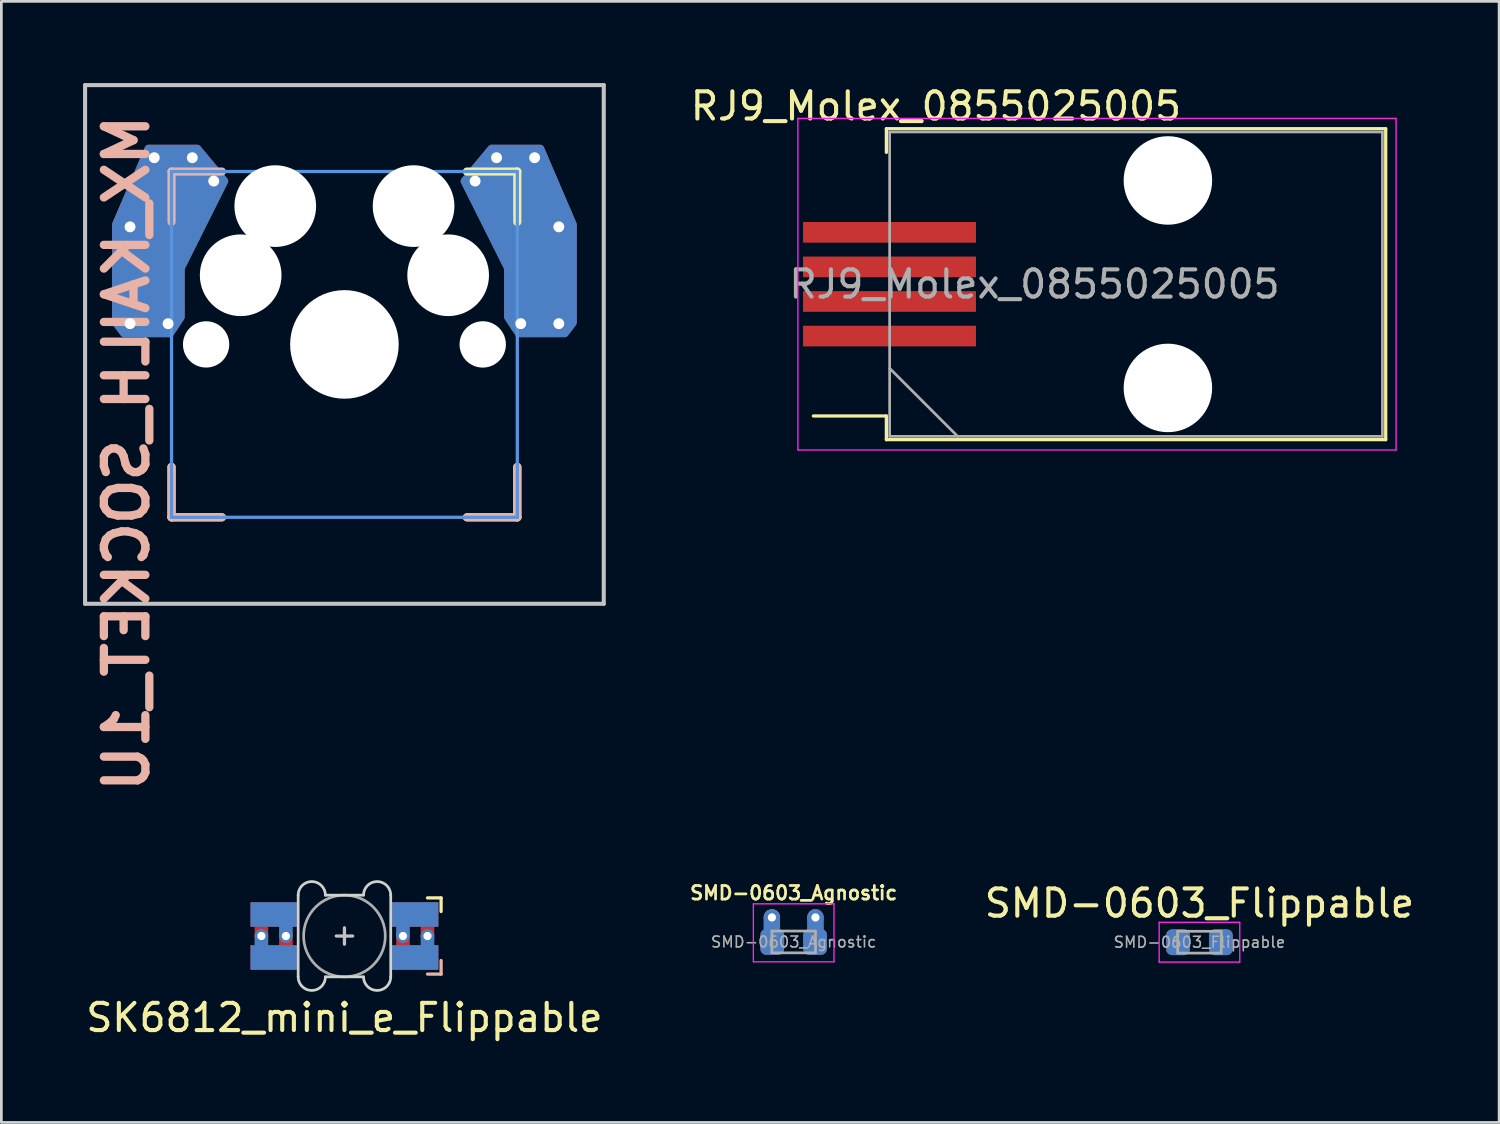
<source format=kicad_pcb>
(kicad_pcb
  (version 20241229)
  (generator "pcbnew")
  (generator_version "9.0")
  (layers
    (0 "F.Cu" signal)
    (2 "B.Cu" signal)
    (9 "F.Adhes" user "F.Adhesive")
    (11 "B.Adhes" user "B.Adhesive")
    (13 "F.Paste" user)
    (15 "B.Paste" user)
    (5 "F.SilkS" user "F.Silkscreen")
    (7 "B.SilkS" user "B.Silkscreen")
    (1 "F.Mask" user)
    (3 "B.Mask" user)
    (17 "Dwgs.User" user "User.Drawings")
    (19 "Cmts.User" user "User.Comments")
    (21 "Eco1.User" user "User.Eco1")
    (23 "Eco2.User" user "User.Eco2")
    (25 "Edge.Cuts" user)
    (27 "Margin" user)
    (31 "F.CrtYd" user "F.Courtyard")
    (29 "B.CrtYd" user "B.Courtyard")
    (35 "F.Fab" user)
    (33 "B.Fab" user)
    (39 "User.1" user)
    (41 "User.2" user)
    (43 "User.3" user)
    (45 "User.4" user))
  (footprint "SMD-0603_Flippable"
    (layer "F.Cu")
    (at 41.004 31.556)
    (property "Reference" "SMD-0603_Flippable" (at 0 -1.43 0) (layer "F.SilkS") (effects (font (size 1 1) (thickness 0.15))))
    (attr smd)
    (fp_line (start -1.48 -0.73) (end 1.48 -0.73) (stroke (width 0.05) (type solid)) (layer "F.CrtYd"))
    (fp_line (start -1.48 0.73) (end -1.48 -0.73) (stroke (width 0.05) (type solid)) (layer "F.CrtYd"))
    (fp_line (start 1.48 -0.73) (end 1.48 0.73) (stroke (width 0.05) (type solid)) (layer "F.CrtYd"))
    (fp_line (start 1.48 0.73) (end -1.48 0.73) (stroke (width 0.05) (type solid)) (layer "F.CrtYd"))
    (fp_line (start -0.8 -0.4) (end 0.8 -0.4) (stroke (width 0.1) (type solid)) (layer "F.Fab"))
    (fp_line (start -0.8 0.4) (end -0.8 -0.4) (stroke (width 0.1) (type solid)) (layer "F.Fab"))
    (fp_line (start 0.8 -0.4) (end 0.8 0.4) (stroke (width 0.1) (type solid)) (layer "F.Fab"))
    (fp_line (start 0.8 0.4) (end -0.8 0.4) (stroke (width 0.1) (type solid)) (layer "F.Fab"))
    (fp_text user "${REFERENCE}" (at 0 0 0) (layer "F.Fab") (effects (font (size 0.4 0.4) (thickness 0.06))))
    (pad "1" smd roundrect (at -0.787 0) (size 0.875 0.95) (layers "F.Cu" "F.Mask" "F.Paste") (roundrect_rratio 0.25))
    (pad "1" smd roundrect (at -0.787 0) (size 0.875 0.95) (layers "B.Cu" "B.Mask" "B.Paste") (roundrect_rratio 0.25))
    (pad "2" smd roundrect (at 0.787 0) (size 0.875 0.95) (layers "F.Cu" "F.Mask" "F.Paste") (roundrect_rratio 0.25))
    (pad "2" smd roundrect (at 0.787 0) (size 0.875 0.95) (layers "B.Cu" "B.Mask" "B.Paste") (roundrect_rratio 0.25)))
  (footprint "SMD-0603_Agnostic"
    (layer "F.Cu")
    (at 26.1 31.546)
    (property "Reference" "SMD-0603_Agnostic" (at 0 -1.8 0) (layer "F.SilkS") (effects (font (size 0.5 0.5) (thickness 0.1))))
    (attr smd)
    (fp_line (start -1.48 -1.4) (end 1.48 -1.4) (stroke (width 0.05) (type solid)) (layer "F.CrtYd"))
    (fp_line (start -1.48 0.73) (end -1.48 -1.4) (stroke (width 0.05) (type solid)) (layer "F.CrtYd"))
    (fp_line (start 1.48 -1.4) (end 1.48 0.73) (stroke (width 0.05) (type solid)) (layer "F.CrtYd"))
    (fp_line (start 1.48 0.73) (end -1.48 0.73) (stroke (width 0.05) (type solid)) (layer "F.CrtYd"))
    (fp_line (start -0.8 -0.4) (end 0.8 -0.4) (stroke (width 0.1) (type solid)) (layer "F.Fab"))
    (fp_line (start -0.8 0.4) (end -0.8 -0.4) (stroke (width 0.1) (type solid)) (layer "F.Fab"))
    (fp_line (start 0.8 -0.4) (end 0.8 0.4) (stroke (width 0.1) (type solid)) (layer "F.Fab"))
    (fp_line (start 0.8 0.4) (end -0.8 0.4) (stroke (width 0.1) (type solid)) (layer "F.Fab"))
    (fp_text user "${REFERENCE}" (at 0 0 0) (layer "F.Fab") (effects (font (size 0.4 0.4) (thickness 0.06))))
    (pad "1" thru_hole circle (at -0.8 -0.9) (size 0.6 0.6) (drill 0.3) (layers "*.Cu"))
    (pad "1" smd oval (at -0.8 -0.5) (size 0.6 1.4) (layers "F.Cu"))
    (pad "1" smd oval (at -0.8 -0.5) (size 0.6 1.4) (layers "B.Cu"))
    (pad "1" smd roundrect (at -0.787 0) (size 0.875 0.95) (layers "F.Cu" "F.Mask" "F.Paste") (roundrect_rratio 0.25))
    (pad "1" smd roundrect (at -0.787 0) (size 0.875 0.95) (layers "B.Cu" "B.Mask" "B.Paste") (roundrect_rratio 0.25))
    (pad "2" smd roundrect (at 0.787 0) (size 0.875 0.95) (layers "F.Cu" "F.Mask" "F.Paste") (roundrect_rratio 0.25))
    (pad "2" smd roundrect (at 0.787 0) (size 0.875 0.95) (layers "B.Cu" "B.Mask" "B.Paste") (roundrect_rratio 0.25))
    (pad "2" thru_hole circle (at 0.8 -0.9) (size 0.6 0.6) (drill 0.3) (layers "*.Cu"))
    (pad "2" smd oval (at 0.8 -0.5) (size 0.6 1.4) (layers "F.Cu"))
    (pad "2" smd oval (at 0.8 -0.5) (size 0.6 1.4) (layers "B.Cu")))
  (footprint "SK6812_mini_e_Flippable"
    (layer "F.Cu")
    (at 9.601 31.328)
    (property "Reference" "SK6812_mini_e_Flippable" (at 0 3 0) (layer "F.SilkS") (effects (font (size 1 1) (thickness 0.15))))
    (attr through_hole)
    (fp_poly (pts (xy -3.45 -1.24) (xy -1.75 -1.24) (xy -1.75 -0.34) (xy -3.45 -0.34)) (stroke (width 0) (type solid)) (fill yes) (layer "F.Mask"))
    (fp_poly (pts (xy -3.45 0.34) (xy -1.75 0.34) (xy -1.75 1.24) (xy -3.45 1.24)) (stroke (width 0) (type solid)) (fill yes) (layer "F.Mask"))
    (fp_poly (pts (xy 1.75 0.34) (xy 3.45 0.34) (xy 3.45 1.24) (xy 1.75 1.24)) (stroke (width 0) (type solid)) (fill yes) (layer "F.Mask"))
    (fp_poly (pts (xy 1.75 -1.24) (xy 3.05 -1.24) (xy 3.45 -0.84) (xy 3.45 -0.34) (xy 1.75 -0.34)) (stroke (width 0) (type solid)) (fill yes) (layer "F.Mask"))
    (fp_poly (pts (xy -3.45 -1.24) (xy -1.75 -1.24) (xy -1.75 -0.34) (xy -3.45 -0.34)) (stroke (width 0) (type solid)) (fill yes) (layer "B.Mask"))
    (fp_poly (pts (xy -3.45 0.34) (xy -1.75 0.34) (xy -1.75 1.24) (xy -3.45 1.24)) (stroke (width 0) (type solid)) (fill yes) (layer "B.Mask"))
    (fp_poly (pts (xy 1.75 -1.24) (xy 3.45 -1.24) (xy 3.45 -0.34) (xy 1.75 -0.34)) (stroke (width 0) (type solid)) (fill yes) (layer "B.Mask"))
    (fp_poly (pts (xy 1.75 0.34) (xy 3.45 0.34) (xy 3.45 0.815) (xy 3.05 1.24) (xy 1.75 1.24)) (stroke (width 0) (type solid)) (fill yes) (layer "B.Mask"))
    (fp_line (start 3.55 -1.4) (end 3.05 -1.4) (stroke (width 0.12) (type solid)) (layer "F.SilkS"))
    (fp_line (start 3.55 -0.9) (end 3.55 -1.4) (stroke (width 0.12) (type solid)) (layer "F.SilkS"))
    (fp_line (start 3.05 1.4) (end 3.55 1.4) (stroke (width 0.12) (type solid)) (layer "B.SilkS"))
    (fp_line (start 3.55 1.4) (end 3.55 0.9) (stroke (width 0.12) (type solid)) (layer "B.SilkS"))
    (fp_line (start -0.3 0) (end 0.3 0) (stroke (width 0.12) (type solid)) (layer "Dwgs.User"))
    (fp_line (start 0 0.3) (end 0 -0.3) (stroke (width 0.12) (type solid)) (layer "Dwgs.User"))
    (fp_line (start -1.7 -1.5) (end -1.7 1.5) (stroke (width 0.1) (type solid)) (layer "Edge.Cuts"))
    (fp_line (start -0.7 -1.5) (end 0.7 -1.5) (stroke (width 0.1) (type solid)) (layer "Edge.Cuts"))
    (fp_line (start -0.7 1.5) (end 0.7 1.5) (stroke (width 0.1) (type solid)) (layer "Edge.Cuts"))
    (fp_line (start 1.7 1.5) (end 1.7 -1.5) (stroke (width 0.1) (type solid)) (layer "Edge.Cuts"))
    (fp_arc (start -1.7 -1.5) (mid -1.2 -2) (end -0.7 -1.5) (stroke (width 0.1) (type solid)) (layer "Edge.Cuts"))
    (fp_arc (start -0.7 1.5) (mid -1.2 2) (end -1.7 1.5) (stroke (width 0.1) (type solid)) (layer "Edge.Cuts"))
    (fp_arc (start 0.7 -1.5) (mid 1.2 -2) (end 1.7 -1.5) (stroke (width 0.1) (type solid)) (layer "Edge.Cuts"))
    (fp_arc (start 1.7 1.5) (mid 1.2 2) (end 0.7 1.5) (stroke (width 0.1) (type solid)) (layer "Edge.Cuts"))
    (fp_circle (center 0 0) (end 1.5 0) (stroke (width 0.1) (type solid)) (fill no) (layer "F.Fab"))
    (pad "1" smd custom (at -2.6 -0.79 180) (size 1.7 0.9) (layers "B.Cu") (options (anchor rect)) (primitives (gr_poly (pts (xy -0.7 -0.3) (xy -0.2 -0.3) (xy -0.2 -0.79) (xy -0.7 -0.79)) (width 0) (fill yes))))
    (pad "1" smd custom (at -2.6 0.79) (size 1.7 0.9) (layers "F.Cu") (options (anchor rect)) (primitives (gr_poly (pts (xy 0.7 -0.3) (xy 0.2 -0.3) (xy 0.2 -0.79) (xy 0.7 -0.79)) (width 0) (fill yes))))
    (pad "1" thru_hole circle (at -2.15 0 180) (size 0.5 0.5) (drill 0.3) (layers "*.Cu"))
    (pad "2" thru_hole circle (at -3.05 0 180) (size 0.5 0.5) (drill 0.3) (layers "*.Cu"))
    (pad "2" smd custom (at -2.6 -0.79 180) (size 1.7 0.9) (layers "F.Cu") (options (anchor rect)) (primitives (gr_poly (pts (xy 0.7 -0.3) (xy 0.2 -0.3) (xy 0.2 -0.79) (xy 0.7 -0.79)) (width 0) (fill yes))))
    (pad "2" smd custom (at -2.6 0.79) (size 1.7 0.9) (layers "B.Cu") (options (anchor rect)) (primitives (gr_poly (pts (xy -0.7 -0.3) (xy -0.2 -0.3) (xy -0.2 -0.79) (xy -0.7 -0.79)) (width 0) (fill yes))))
    (pad "3" smd custom (at 2.6 -0.79 180) (size 1.7 0.9) (layers "F.Cu") (options (anchor rect)) (primitives (gr_poly (pts (xy -0.7 -0.3) (xy -0.2 -0.3) (xy -0.2 -0.79) (xy -0.7 -0.79)) (width 0) (fill yes))))
    (pad "3" smd custom (at 2.6 0.79) (size 1.7 0.9) (layers "B.Cu") (options (anchor rect)) (primitives (gr_poly (pts (xy 0.7 -0.3) (xy 0.2 -0.3) (xy 0.2 -0.79) (xy 0.7 -0.79)) (width 0) (fill yes))))
    (pad "3" thru_hole circle (at 3.05 0 180) (size 0.5 0.5) (drill 0.3) (layers "*.Cu"))
    (pad "4" thru_hole circle (at 2.15 0 180) (size 0.5 0.5) (drill 0.3) (layers "*.Cu"))
    (pad "4" smd custom (at 2.6 -0.79 180) (size 1.7 0.9) (layers "B.Cu") (options (anchor rect)) (primitives (gr_poly (pts (xy 0.7 -0.3) (xy 0.2 -0.3) (xy 0.2 -0.79) (xy 0.7 -0.79)) (width 0) (fill yes))))
    (pad "4" smd custom (at 2.6 0.79) (size 1.7 0.9) (layers "F.Cu") (options (anchor rect)) (primitives (gr_poly (pts (xy -0.7 -0.3) (xy -0.2 -0.3) (xy -0.2 -0.79) (xy -0.7 -0.79)) (width 0) (fill yes)))))
  (footprint "RJ9_Molex_0855025005"
    (layer "F.Cu")
    (at 39.845 7.388)
    (property "Reference" "RJ9_Molex_0855025005" (at -8.52 -6.54 0) (layer "F.SilkS") (effects (font (size 1 1) (thickness 0.15))))
    (attr smd)
    (fp_line (start -10.34 -5.71) (end -10.34 -4.84) (stroke (width 0.12) (type solid)) (layer "F.SilkS"))
    (fp_line (start -10.34 4.84) (end -13.02 4.84) (stroke (width 0.12) (type solid)) (layer "F.SilkS"))
    (fp_line (start -10.34 5.71) (end -10.34 4.84) (stroke (width 0.12) (type solid)) (layer "F.SilkS"))
    (fp_line (start 8 -5.71) (end -10.34 -5.71) (stroke (width 0.12) (type solid)) (layer "F.SilkS"))
    (fp_line (start 8 -5.71) (end 8 5.71) (stroke (width 0.12) (type solid)) (layer "F.SilkS"))
    (fp_line (start 8 5.71) (end -10.34 5.71) (stroke (width 0.12) (type solid)) (layer "F.SilkS"))
    (fp_line (start -13.59 -6.09) (end -13.59 6.09) (stroke (width 0.05) (type solid)) (layer "F.CrtYd"))
    (fp_line (start 8.38 -6.09) (end -13.59 -6.09) (stroke (width 0.05) (type solid)) (layer "F.CrtYd"))
    (fp_line (start 8.38 -6.09) (end 8.38 6.09) (stroke (width 0.05) (type solid)) (layer "F.CrtYd"))
    (fp_line (start 8.38 6.09) (end -13.59 6.09) (stroke (width 0.05) (type solid)) (layer "F.CrtYd"))
    (fp_line (start -10.22 -5.59) (end -10.22 5.59) (stroke (width 0.1) (type solid)) (layer "F.Fab"))
    (fp_line (start -10.22 3.09) (end -7.72 5.59) (stroke (width 0.1) (type solid)) (layer "F.Fab"))
    (fp_line (start -10.22 5.59) (end 7.88 5.59) (stroke (width 0.1) (type solid)) (layer "F.Fab"))
    (fp_line (start 7.88 -5.59) (end -10.22 -5.59) (stroke (width 0.1) (type solid)) (layer "F.Fab"))
    (fp_line (start 7.88 5.59) (end 7.88 -5.59) (stroke (width 0.1) (type solid)) (layer "F.Fab"))
    (fp_text user "${REFERENCE}" (at -4.9 0 0) (layer "F.Fab") (effects (font (size 1 1) (thickness 0.15))))
    (pad "" np_thru_hole circle (at 0 -3.81) (size 3.25 3.25) (drill 3.25) (layers "*.Cu" "*.Mask"))
    (pad "" np_thru_hole circle (at 0 3.81) (size 3.25 3.25) (drill 3.25) (layers "*.Cu" "*.Mask"))
    (pad "1" smd rect (at -10.225 1.905) (size 6.35 0.76) (layers "F.Cu" "F.Mask" "F.Paste"))
    (pad "2" smd rect (at -10.225 0.635) (size 6.35 0.76) (layers "F.Cu" "F.Mask" "F.Paste"))
    (pad "3" smd rect (at -10.225 -0.635) (size 6.35 0.76) (layers "F.Cu" "F.Mask" "F.Paste"))
    (pad "4" smd rect (at -10.225 -1.905) (size 6.35 0.76) (layers "F.Cu" "F.Mask" "F.Paste")))
  (footprint "MX_KAILH_SOCKET_1U"
    (layer "F.Cu")
    (at 9.6 9.6)
    (property "Reference" "MX_KAILH_SOCKET_1U" (at -8 4 90) (layer "B.SilkS") (effects (font (size 1.524 1.524) (thickness 0.305)) (justify mirror)))
    (attr through_hole)
    (fp_line (start -6.35 4.5) (end -6.35 6.35) (stroke (width 0.3) (type solid)) (layer "F.SilkS"))
    (fp_line (start -6.35 6.35) (end -4.5 6.35) (stroke (width 0.3) (type solid)) (layer "F.SilkS"))
    (fp_line (start 4.5 -6.35) (end 6.35 -6.35) (stroke (width 0.3) (type solid)) (layer "F.SilkS"))
    (fp_line (start 4.5 6.35) (end 6.35 6.35) (stroke (width 0.3) (type solid)) (layer "F.SilkS"))
    (fp_line (start 6.35 -6.35) (end 6.35 -4.5) (stroke (width 0.3) (type solid)) (layer "F.SilkS"))
    (fp_line (start 6.35 6.35) (end 6.35 4.5) (stroke (width 0.3) (type solid)) (layer "F.SilkS"))
    (fp_line (start -6.35 -6.35) (end -6.35 -4.5) (stroke (width 0.3) (type solid)) (layer "B.SilkS"))
    (fp_line (start -6.35 -6.35) (end -4.5 -6.35) (stroke (width 0.3) (type solid)) (layer "B.SilkS"))
    (fp_line (start -6.35 4.5) (end -6.35 6.35) (stroke (width 0.3) (type solid)) (layer "B.SilkS"))
    (fp_line (start -6.35 6.35) (end -4.5 6.35) (stroke (width 0.3) (type solid)) (layer "B.SilkS"))
    (fp_line (start 4.5 6.35) (end 6.35 6.35) (stroke (width 0.3) (type solid)) (layer "B.SilkS"))
    (fp_line (start 6.35 6.35) (end 6.35 4.5) (stroke (width 0.3) (type solid)) (layer "B.SilkS"))
    (fp_line (start -9.525 -9.525) (end 9.525 -9.525) (stroke (width 0.15) (type solid)) (layer "Dwgs.User"))
    (fp_line (start -9.525 9.525) (end -9.525 -9.525) (stroke (width 0.15) (type solid)) (layer "Dwgs.User"))
    (fp_line (start 9.525 -9.525) (end 9.525 9.525) (stroke (width 0.15) (type solid)) (layer "Dwgs.User"))
    (fp_line (start 9.525 9.525) (end -9.525 9.525) (stroke (width 0.15) (type solid)) (layer "Dwgs.User"))
    (fp_line (start -6.35 -6.35) (end -6.35 6.35) (stroke (width 0.12) (type solid)) (layer "Cmts.User"))
    (fp_line (start -6.35 6.35) (end 6.35 6.35) (stroke (width 0.12) (type solid)) (layer "Cmts.User"))
    (fp_line (start 6.35 -6.35) (end -6.35 -6.35) (stroke (width 0.12) (type solid)) (layer "Cmts.User"))
    (fp_line (start 6.35 6.35) (end 6.35 -6.35) (stroke (width 0.12) (type solid)) (layer "Cmts.User"))
    (fp_line (start -0.5 5) (end 0.5 5) (stroke (width 0.12) (type solid)) (layer "Eco2.User"))
    (fp_line (start 0 4.5) (end 0 5.5) (stroke (width 0.12) (type solid)) (layer "Eco2.User"))
    (fp_rect (start -3.5 3.35) (end 3.5 6.65) (stroke (width 0.12) (type solid)) (fill no) (layer "Eco2.User"))
    (pad "" np_thru_hole circle (at -5.08 0) (size 1.7 1.7) (drill 1.7) (layers "*.Cu" "*.Mask"))
    (pad "" np_thru_hole circle (at -3.81 -2.54) (size 3 3) (drill 3) (layers "*.Cu" "*.Mask"))
    (pad "" np_thru_hole circle (at -2.54 -5.08) (size 3 3) (drill 3) (layers "*.Cu" "*.Mask"))
    (pad "" np_thru_hole circle (at 0 0) (size 3.988 3.988) (drill 3.988) (layers "*.Cu" "*.Mask"))
    (pad "" np_thru_hole circle (at 2.54 -5.08) (size 3 3) (drill 3) (layers "*.Cu" "*.Mask"))
    (pad "" np_thru_hole circle (at 3.81 -2.54) (size 3 3) (drill 3) (layers "*.Cu" "*.Mask"))
    (pad "" np_thru_hole circle (at 5.08 0) (size 1.702 1.702) (drill 1.702) (layers "*.Cu" "*.Mask"))
    (pad "1" thru_hole circle (at -7.874 -4.318) (size 0.8 0.8) (drill 0.4) (layers "*.Cu"))
    (pad "1" thru_hole circle (at -7.874 -0.762) (size 0.8 0.8) (drill 0.4) (layers "*.Cu"))
    (pad "1" smd custom (at -7.285 -2.54 180) (size 2.35 2.5) (layers "B.Cu") (options (anchor rect)) (primitives (gr_poly (pts (xy 1.115 -1.74) (xy 1.115 1.86) (xy -0.085 4.66) (xy -1.885 4.66) (xy -2.885 3.46) (xy -1.285 0.26) (xy -1.285 -1.54) (xy -0.885 -2.14) (xy 0.815 -2.14)) (width 0.27) (fill yes))))
    (pad "1" smd rect (at -7.2 -2.54 180) (size 2.35 2.5) (layers "B.Cu" "B.Mask"))
    (pad "1" thru_hole circle (at -6.985 -6.858) (size 0.8 0.8) (drill 0.4) (layers "*.Cu"))
    (pad "1" smd custom (at -6.499 -5.067 180) (size 2.15 2.5) (layers "F.Cu") (options (anchor rect)) (primitives (gr_poly (pts (xy 1.901 -4.267) (xy 1.901 -0.667) (xy 0.701 2.133) (xy -1.099 2.133) (xy -2.099 0.933) (xy -0.499 -2.267) (xy -0.499 -4.067) (xy -0.099 -4.667) (xy 1.601 -4.667)) (width 0.27) (fill yes))))
    (pad "1" thru_hole circle (at -6.477 -0.762) (size 0.8 0.8) (drill 0.4) (layers "*.Cu"))
    (pad "1" smd rect (at -6.399 -5.067 180) (size 2.15 2.5) (layers "F.Cu" "F.Mask"))
    (pad "1" thru_hole circle (at -5.588 -6.858) (size 0.8 0.8) (drill 0.4) (layers "*.Cu"))
    (pad "1" thru_hole circle (at -4.8 -6) (size 0.8 0.8) (drill 0.4) (layers "*.Cu"))
    (pad "2" thru_hole circle (at 4.8 -6) (size 0.8 0.8) (drill 0.4) (layers "*.Cu"))
    (pad "2" thru_hole circle (at 5.588 -6.858) (size 0.8 0.8) (drill 0.4) (layers "*.Cu"))
    (pad "2" smd rect (at 6.425 -5.067) (size 2.15 2.5) (layers "B.Cu" "B.Mask"))
    (pad "2" smd custom (at 6.425 -5.067 180) (size 2.15 2.5) (layers "B.Cu") (options (anchor rect)) (primitives (gr_poly (pts (xy 0.425 -4.067) (xy 0.425 -2.267) (xy 2.025 0.933) (xy 1.025 2.133) (xy -0.775 2.133) (xy -1.975 -0.667) (xy -1.975 -4.267) (xy -1.675 -4.667) (xy 0.025 -4.667)) (width 0.27) (fill yes))))
    (pad "2" thru_hole circle (at 6.477 -0.762) (size 0.8 0.8) (drill 0.4) (layers "*.Cu"))
    (pad "2" thru_hole circle (at 6.985 -6.858) (size 0.8 0.8) (drill 0.4) (layers "*.Cu"))
    (pad "2" smd rect (at 7.212 -2.54) (size 2.35 2.5) (layers "F.Cu" "F.Mask"))
    (pad "2" smd custom (at 7.212 -2.54 180) (size 2.35 2.5) (layers "F.Cu") (options (anchor rect)) (primitives (gr_poly (pts (xy 1.212 -1.54) (xy 1.212 0.26) (xy 2.812 3.46) (xy 1.812 4.66) (xy 0.012 4.66) (xy -1.188 1.86) (xy -1.188 -1.74) (xy -0.888 -2.14) (xy 0.812 -2.14)) (width 0.27) (fill yes))))
    (pad "2" thru_hole circle (at 7.874 -4.318) (size 0.8 0.8) (drill 0.4) (layers "*.Cu"))
    (pad "2" thru_hole circle (at 7.874 -0.762) (size 0.8 0.8) (drill 0.4) (layers "*.Cu")))
  (gr_rect
    (start -3 -3)
    (end 52.01 38.176)
    (stroke (width 0.1) (type default))
    (fill no)
    (layer "Edge.Cuts")))
</source>
